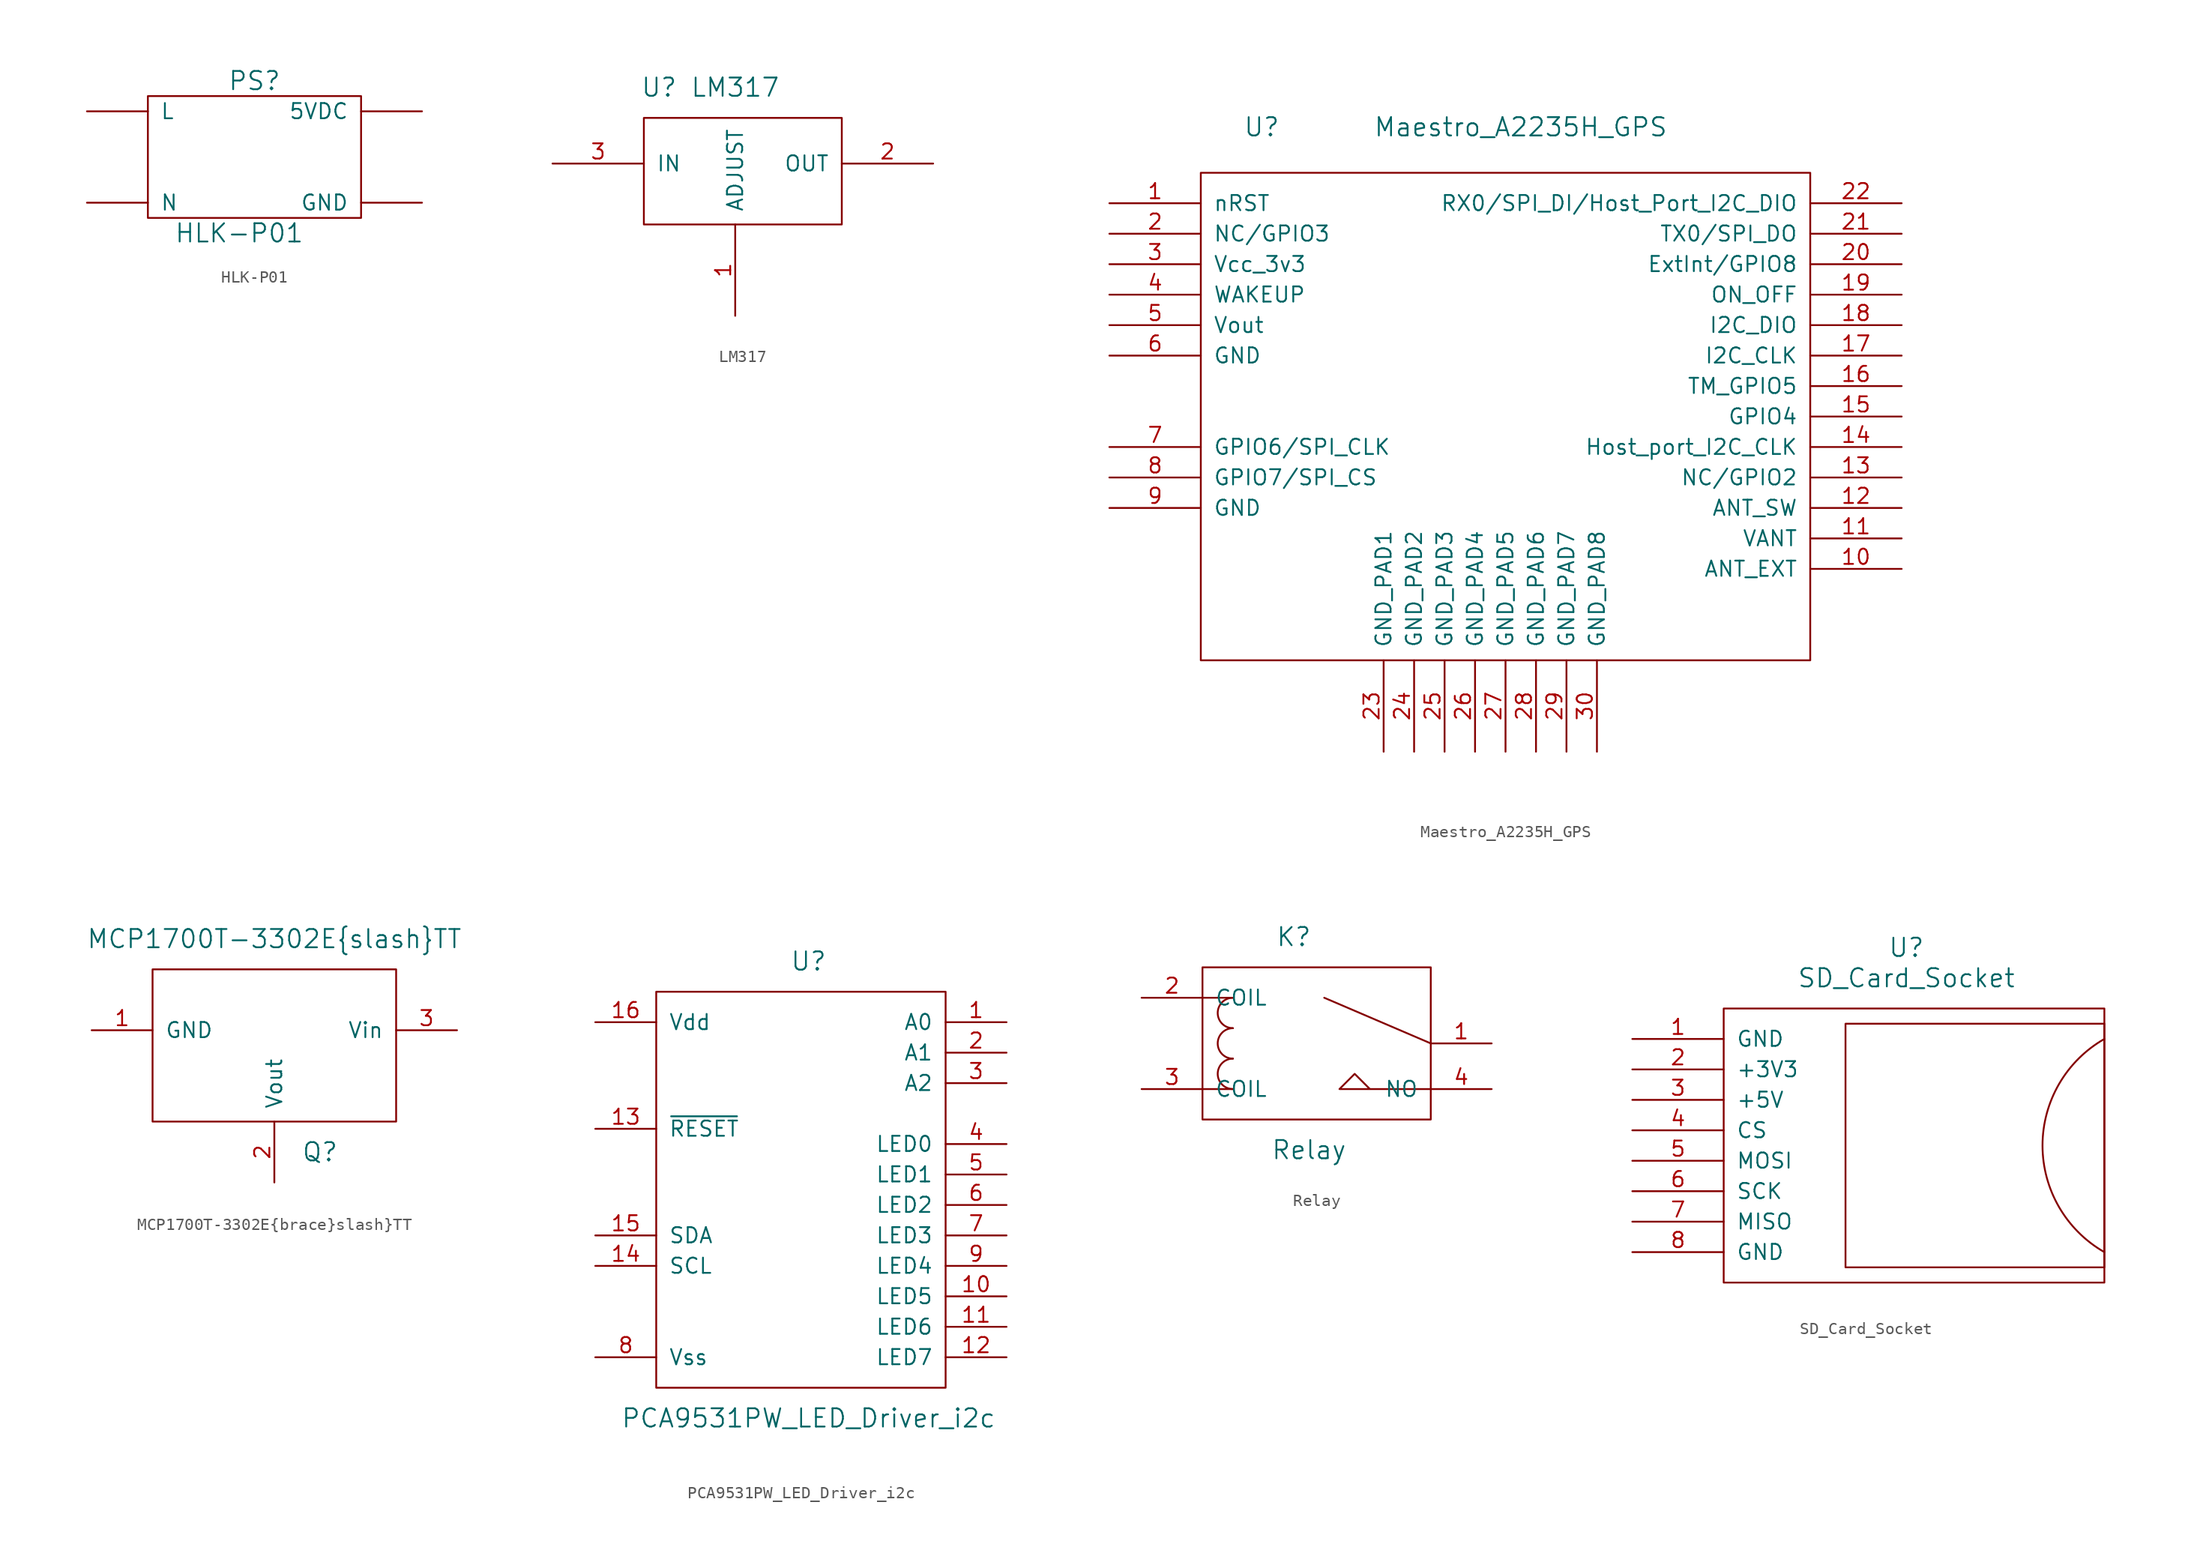
<source format=kicad_sym>
(kicad_symbol_lib
  (version 20220914)
  (generator kicad_symbol_editor)
  (symbol "HLK-P01"
    (pin_names
      (offset 1.016))
    (property "Reference" "PS"
      (at 1.27 6.35 0)
      (effects (font (size 1.524 1.524))))
    (property "Value" "HLK-P01"
      (at 0 -6.35 0)
      (effects (font (size 1.524 1.524))))
    (symbol "HLK-P01_0_1"
      (rectangle (start -7.62 5.08) (end 10.16 -5.08) (stroke (width 0) (type default)) (fill (type none))))
    (symbol "HLK-P01_1_1"
      (pin input line (at 15.24 3.81 180) (length 5.08) (name "5VDC" (effects (font (size 1.27 1.27)))) (number "~" (effects (font (size 1.27 1.27)))))
      (pin input line (at 15.24 -3.81 180) (length 5.08) (name "GND" (effects (font (size 1.27 1.27)))) (number "~" (effects (font (size 1.27 1.27)))))
      (pin input line (at -12.7 3.81 0) (length 5.08) (name "L" (effects (font (size 1.27 1.27)))) (number "~" (effects (font (size 1.27 1.27)))))
      (pin input line (at -12.7 -3.81 0) (length 5.08) (name "N" (effects (font (size 1.27 1.27)))) (number "~" (effects (font (size 1.27 1.27)))))))
  (symbol "LM317"
    (pin_names
      (offset 1.016))
    (property "Reference" "U"
      (at -6.35 12.7 0)
      (effects (font (size 1.524 1.524))))
    (property "Value" "LM317"
      (at 0 12.7 0)
      (effects (font (size 1.524 1.524))))
    (property "Footprint" ""
      (at 0 0 0)
      (effects (font (size 1.524 1.524))))
    (property "Datasheet" ""
      (at 0 0 0)
      (effects (font (size 1.524 1.524))))
    (symbol "LM317_0_1"
      (rectangle (start -7.62 1.27) (end 8.89 10.16) (stroke (width 0) (type default)) (fill (type none))))
    (symbol "LM317_1_1"
      (pin input line (at 0 -6.35 90) (length 7.62) (name "ADJUST" (effects (font (size 1.27 1.27)))) (number "1" (effects (font (size 1.27 1.27)))))
      (pin power_out line (at 16.51 6.35 180) (length 7.62) (name "OUT" (effects (font (size 1.27 1.27)))) (number "2" (effects (font (size 1.27 1.27)))))
      (pin power_in line (at -15.24 6.35 0) (length 7.62) (name "IN" (effects (font (size 1.27 1.27)))) (number "3" (effects (font (size 1.27 1.27)))))))
  (symbol "Maestro_A2235H_GPS"
    (pin_names
      (offset 1.016))
    (property "Reference" "U"
      (at -22.86 36.83 0)
      (effects (font (size 1.524 1.524))))
    (property "Value" "Maestro_A2235H_GPS"
      (at -1.27 36.83 0)
      (effects (font (size 1.524 1.524))))
    (property "Footprint" ""
      (at -1.27 36.83 0)
      (effects (font (size 1.524 1.524))))
    (property "Datasheet" ""
      (at -1.27 36.83 0)
      (effects (font (size 1.524 1.524))))
    (symbol "Maestro_A2235H_GPS_0_1"
      (rectangle (start 22.86 -7.62) (end -27.94 33.02) (stroke (width 0) (type default)) (fill (type none))))
    (symbol "Maestro_A2235H_GPS_1_1"
      (pin input line (at -35.56 30.48 0) (length 7.62) (name "nRST" (effects (font (size 1.27 1.27)))) (number "1" (effects (font (size 1.27 1.27)))))
      (pin input line (at 30.48 0 180) (length 7.62) (name "ANT_EXT" (effects (font (size 1.27 1.27)))) (number "10" (effects (font (size 1.27 1.27)))))
      (pin input line (at 30.48 2.54 180) (length 7.62) (name "VANT" (effects (font (size 1.27 1.27)))) (number "11" (effects (font (size 1.27 1.27)))))
      (pin input line (at 30.48 5.08 180) (length 7.62) (name "ANT_SW" (effects (font (size 1.27 1.27)))) (number "12" (effects (font (size 1.27 1.27)))))
      (pin input line (at 30.48 7.62 180) (length 7.62) (name "NC/GPIO2" (effects (font (size 1.27 1.27)))) (number "13" (effects (font (size 1.27 1.27)))))
      (pin input line (at 30.48 10.16 180) (length 7.62) (name "Host_port_I2C_CLK" (effects (font (size 1.27 1.27)))) (number "14" (effects (font (size 1.27 1.27)))))
      (pin input line (at 30.48 12.7 180) (length 7.62) (name "GPIO4" (effects (font (size 1.27 1.27)))) (number "15" (effects (font (size 1.27 1.27)))))
      (pin bidirectional line (at 30.48 15.24 180) (length 7.62) (name "TM_GPIO5" (effects (font (size 1.27 1.27)))) (number "16" (effects (font (size 1.27 1.27)))))
      (pin input line (at 30.48 17.78 180) (length 7.62) (name "I2C_CLK" (effects (font (size 1.27 1.27)))) (number "17" (effects (font (size 1.27 1.27)))))
      (pin input line (at 30.48 20.32 180) (length 7.62) (name "I2C_DIO" (effects (font (size 1.27 1.27)))) (number "18" (effects (font (size 1.27 1.27)))))
      (pin input line (at 30.48 22.86 180) (length 7.62) (name "ON_OFF" (effects (font (size 1.27 1.27)))) (number "19" (effects (font (size 1.27 1.27)))))
      (pin input line (at -35.56 27.94 0) (length 7.62) (name "NC/GPIO3" (effects (font (size 1.27 1.27)))) (number "2" (effects (font (size 1.27 1.27)))))
      (pin input line (at 30.48 25.4 180) (length 7.62) (name "ExtInt/GPIO8" (effects (font (size 1.27 1.27)))) (number "20" (effects (font (size 1.27 1.27)))))
      (pin input line (at 30.48 27.94 180) (length 7.62) (name "TX0/SPI_DO" (effects (font (size 1.27 1.27)))) (number "21" (effects (font (size 1.27 1.27)))))
      (pin input line (at 30.48 30.48 180) (length 7.62) (name "RX0/SPI_DI/Host_Port_I2C_DIO" (effects (font (size 1.27 1.27)))) (number "22" (effects (font (size 1.27 1.27)))))
      (pin power_in line (at -12.7 -15.24 90) (length 7.62) (name "GND_PAD1" (effects (font (size 1.27 1.27)))) (number "23" (effects (font (size 1.27 1.27)))))
      (pin power_in line (at -10.16 -15.24 90) (length 7.62) (name "GND_PAD2" (effects (font (size 1.27 1.27)))) (number "24" (effects (font (size 1.27 1.27)))))
      (pin power_in line (at -7.62 -15.24 90) (length 7.62) (name "GND_PAD3" (effects (font (size 1.27 1.27)))) (number "25" (effects (font (size 1.27 1.27)))))
      (pin power_in line (at -5.08 -15.24 90) (length 7.62) (name "GND_PAD4" (effects (font (size 1.27 1.27)))) (number "26" (effects (font (size 1.27 1.27)))))
      (pin power_in line (at -2.54 -15.24 90) (length 7.62) (name "GND_PAD5" (effects (font (size 1.27 1.27)))) (number "27" (effects (font (size 1.27 1.27)))))
      (pin power_in line (at 0 -15.24 90) (length 7.62) (name "GND_PAD6" (effects (font (size 1.27 1.27)))) (number "28" (effects (font (size 1.27 1.27)))))
      (pin power_in line (at 2.54 -15.24 90) (length 7.62) (name "GND_PAD7" (effects (font (size 1.27 1.27)))) (number "29" (effects (font (size 1.27 1.27)))))
      (pin power_in line (at -35.56 25.4 0) (length 7.62) (name "Vcc_3v3" (effects (font (size 1.27 1.27)))) (number "3" (effects (font (size 1.27 1.27)))))
      (pin power_in line (at 5.08 -15.24 90) (length 7.62) (name "GND_PAD8" (effects (font (size 1.27 1.27)))) (number "30" (effects (font (size 1.27 1.27)))))
      (pin output line (at -35.56 22.86 0) (length 7.62) (name "WAKEUP" (effects (font (size 1.27 1.27)))) (number "4" (effects (font (size 1.27 1.27)))))
      (pin power_out line (at -35.56 20.32 0) (length 7.62) (name "Vout" (effects (font (size 1.27 1.27)))) (number "5" (effects (font (size 1.27 1.27)))))
      (pin power_in line (at -35.56 17.78 0) (length 7.62) (name "GND" (effects (font (size 1.27 1.27)))) (number "6" (effects (font (size 1.27 1.27)))))
      (pin input line (at -35.56 10.16 0) (length 7.62) (name "GPIO6/SPI_CLK" (effects (font (size 1.27 1.27)))) (number "7" (effects (font (size 1.27 1.27)))))
      (pin input line (at -35.56 7.62 0) (length 7.62) (name "GPIO7/SPI_CS" (effects (font (size 1.27 1.27)))) (number "8" (effects (font (size 1.27 1.27)))))
      (pin power_in line (at -35.56 5.08 0) (length 7.62) (name "GND" (effects (font (size 1.27 1.27)))) (number "9" (effects (font (size 1.27 1.27)))))))
  (symbol "MCP1700T-3302E{brace}slash}TT"
    (pin_names
      (offset 1.016))
    (property "Reference" "Q"
      (at 3.81 -10.16 0)
      (effects (font (size 1.524 1.524))))
    (property "Value" "MCP1700T-3302E{brace}slash}TT"
      (at 0 7.62 0)
      (effects (font (size 1.524 1.524))))
    (symbol "MCP1700T-3302E{brace}slash}TT_0_1"
      (rectangle (start -10.16 5.08) (end 10.16 -7.62) (stroke (width 0) (type default)) (fill (type none))))
    (symbol "MCP1700T-3302E{brace}slash}TT_1_1"
      (pin input line (at -15.24 0 0) (length 5.08) (name "GND" (effects (font (size 1.27 1.27)))) (number "1" (effects (font (size 1.27 1.27)))))
      (pin power_out line (at 0 -12.7 90) (length 5.08) (name "Vout" (effects (font (size 1.27 1.27)))) (number "2" (effects (font (size 1.27 1.27)))))
      (pin input line (at 15.24 0 180) (length 5.08) (name "Vin" (effects (font (size 1.27 1.27)))) (number "3" (effects (font (size 1.27 1.27)))))))
  (symbol "PCA9531PW_LED_Driver_i2c"
    (pin_names
      (offset 1.016))
    (property "Reference" "U"
      (at 0 2.54 0)
      (effects (font (size 1.524 1.524))))
    (property "Value" "PCA9531PW_LED_Driver_i2c"
      (at 0 -35.56 0)
      (effects (font (size 1.524 1.524))))
    (symbol "PCA9531PW_LED_Driver_i2c_0_1"
      (rectangle (start -12.7 0) (end 11.43 -33.02) (stroke (width 0) (type default)) (fill (type none))))
    (symbol "PCA9531PW_LED_Driver_i2c_1_1"
      (pin bidirectional line (at 16.51 -2.54 180) (length 5.08) (name "A0" (effects (font (size 1.27 1.27)))) (number "1" (effects (font (size 1.27 1.27)))))
      (pin bidirectional line (at 16.51 -25.4 180) (length 5.08) (name "LED5" (effects (font (size 1.27 1.27)))) (number "10" (effects (font (size 1.27 1.27)))))
      (pin bidirectional line (at 16.51 -27.94 180) (length 5.08) (name "LED6" (effects (font (size 1.27 1.27)))) (number "11" (effects (font (size 1.27 1.27)))))
      (pin bidirectional line (at 16.51 -30.48 180) (length 5.08) (name "LED7" (effects (font (size 1.27 1.27)))) (number "12" (effects (font (size 1.27 1.27)))))
      (pin bidirectional line (at -17.78 -11.43 0) (length 5.08) (name "~{RESET}" (effects (font (size 1.27 1.27)))) (number "13" (effects (font (size 1.27 1.27)))))
      (pin bidirectional line (at -17.78 -22.86 0) (length 5.08) (name "SCL" (effects (font (size 1.27 1.27)))) (number "14" (effects (font (size 1.27 1.27)))))
      (pin bidirectional line (at -17.78 -20.32 0) (length 5.08) (name "SDA" (effects (font (size 1.27 1.27)))) (number "15" (effects (font (size 1.27 1.27)))))
      (pin power_in line (at -17.78 -2.54 0) (length 5.08) (name "Vdd" (effects (font (size 1.27 1.27)))) (number "16" (effects (font (size 1.27 1.27)))))
      (pin bidirectional line (at 16.51 -5.08 180) (length 5.08) (name "A1" (effects (font (size 1.27 1.27)))) (number "2" (effects (font (size 1.27 1.27)))))
      (pin bidirectional line (at 16.51 -7.62 180) (length 5.08) (name "A2" (effects (font (size 1.27 1.27)))) (number "3" (effects (font (size 1.27 1.27)))))
      (pin bidirectional line (at 16.51 -12.7 180) (length 5.08) (name "LED0" (effects (font (size 1.27 1.27)))) (number "4" (effects (font (size 1.27 1.27)))))
      (pin bidirectional line (at 16.51 -15.24 180) (length 5.08) (name "LED1" (effects (font (size 1.27 1.27)))) (number "5" (effects (font (size 1.27 1.27)))))
      (pin bidirectional line (at 16.51 -17.78 180) (length 5.08) (name "LED2" (effects (font (size 1.27 1.27)))) (number "6" (effects (font (size 1.27 1.27)))))
      (pin bidirectional line (at 16.51 -20.32 180) (length 5.08) (name "LED3" (effects (font (size 1.27 1.27)))) (number "7" (effects (font (size 1.27 1.27)))))
      (pin bidirectional line (at -17.78 -30.48 0) (length 5.08) (name "Vss" (effects (font (size 1.27 1.27)))) (number "8" (effects (font (size 1.27 1.27)))))
      (pin bidirectional line (at 16.51 -22.86 180) (length 5.08) (name "LED4" (effects (font (size 1.27 1.27)))) (number "9" (effects (font (size 1.27 1.27)))))))
  (symbol "Relay"
    (pin_names
      (offset 1.016))
    (property "Reference" "K"
      (at 0 8.89 0)
      (effects (font (size 1.524 1.524))))
    (property "Value" "Relay"
      (at 1.27 -8.89 0)
      (effects (font (size 1.524 1.524))))
    (symbol "Relay_0_1"
      (rectangle (start -7.62 6.35) (end 11.43 -6.35) (stroke (width 0) (type default)) (fill (type none)))
      (arc (start -5.08 -1.27) (mid -6.3445 -2.54) (end -5.08 -3.81) (stroke (width 0) (type default)) (fill (type none)))
      (arc (start -5.08 1.27) (mid -6.3445 0) (end -5.08 -1.27) (stroke (width 0) (type default)) (fill (type none)))
      (arc (start -5.08 3.81) (mid -6.3445 2.54) (end -5.08 1.27) (stroke (width 0) (type default)) (fill (type none)))
      (polyline (pts (xy -5.08 -3.81) (xy -7.62 -3.81)) (stroke (width 0) (type default)) (fill (type none)))
      (polyline (pts (xy -5.08 3.81) (xy -7.62 3.81)) (stroke (width 0) (type default)) (fill (type none)))
      (polyline (pts (xy 11.43 0) (xy 2.54 3.81)) (stroke (width 0) (type default)) (fill (type none)))
      (polyline (pts (xy 11.43 -3.81) (xy 3.81 -3.81) (xy 5.08 -2.54) (xy 6.35 -3.81)) (stroke (width 0) (type default)) (fill (type none))))
    (symbol "Relay_1_1"
      (pin input line (at 16.51 0 180) (length 5.08) (name "~" (effects (font (size 1.27 1.27)))) (number "1" (effects (font (size 1.27 1.27)))))
      (pin input line (at -12.7 3.81 0) (length 5.08) (name "COIL" (effects (font (size 1.27 1.27)))) (number "2" (effects (font (size 1.27 1.27)))))
      (pin input line (at -12.7 -3.81 0) (length 5.08) (name "COIL" (effects (font (size 1.27 1.27)))) (number "3" (effects (font (size 1.27 1.27)))))
      (pin input line (at 16.51 -3.81 180) (length 5.08) (name "NO" (effects (font (size 1.27 1.27)))) (number "4" (effects (font (size 1.27 1.27)))))))
  (symbol "SD_Card_Socket"
    (pin_names
      (offset 1.016))
    (property "Reference" "U"
      (at 11.43 3.81 0)
      (effects (font (size 1.524 1.524))))
    (property "Value" "SD_Card_Socket"
      (at 11.43 1.27 0)
      (effects (font (size 1.524 1.524))))
    (property "Footprint" ""
      (at 0 0 0)
      (effects (font (size 1.524 1.524))))
    (property "Datasheet" ""
      (at 0 0 0)
      (effects (font (size 1.524 1.524))))
    (symbol "SD_Card_Socket_0_1"
      (rectangle (start -3.81 -1.27) (end 27.94 -24.13) (stroke (width 0) (type default)) (fill (type none)))
      (rectangle (start 6.35 -2.54) (end 27.94 -22.86) (stroke (width 0) (type default)) (fill (type none)))
      (arc (start 27.94 -3.81) (mid 22.7809 -12.7) (end 27.94 -21.59) (stroke (width 0) (type default)) (fill (type none))))
    (symbol "SD_Card_Socket_1_1"
      (pin input line (at -11.43 -3.81 0) (length 7.62) (name "GND" (effects (font (size 1.27 1.27)))) (number "1" (effects (font (size 1.27 1.27)))))
      (pin input line (at -11.43 -6.35 0) (length 7.62) (name "+3V3" (effects (font (size 1.27 1.27)))) (number "2" (effects (font (size 1.27 1.27)))))
      (pin input line (at -11.43 -8.89 0) (length 7.62) (name "+5V" (effects (font (size 1.27 1.27)))) (number "3" (effects (font (size 1.27 1.27)))))
      (pin input line (at -11.43 -11.43 0) (length 7.62) (name "CS" (effects (font (size 1.27 1.27)))) (number "4" (effects (font (size 1.27 1.27)))))
      (pin input line (at -11.43 -13.97 0) (length 7.62) (name "MOSI" (effects (font (size 1.27 1.27)))) (number "5" (effects (font (size 1.27 1.27)))))
      (pin input line (at -11.43 -16.51 0) (length 7.62) (name "SCK" (effects (font (size 1.27 1.27)))) (number "6" (effects (font (size 1.27 1.27)))))
      (pin input line (at -11.43 -19.05 0) (length 7.62) (name "MISO" (effects (font (size 1.27 1.27)))) (number "7" (effects (font (size 1.27 1.27)))))
      (pin input line (at -11.43 -21.59 0) (length 7.62) (name "GND" (effects (font (size 1.27 1.27)))) (number "8" (effects (font (size 1.27 1.27))))))))
</source>
